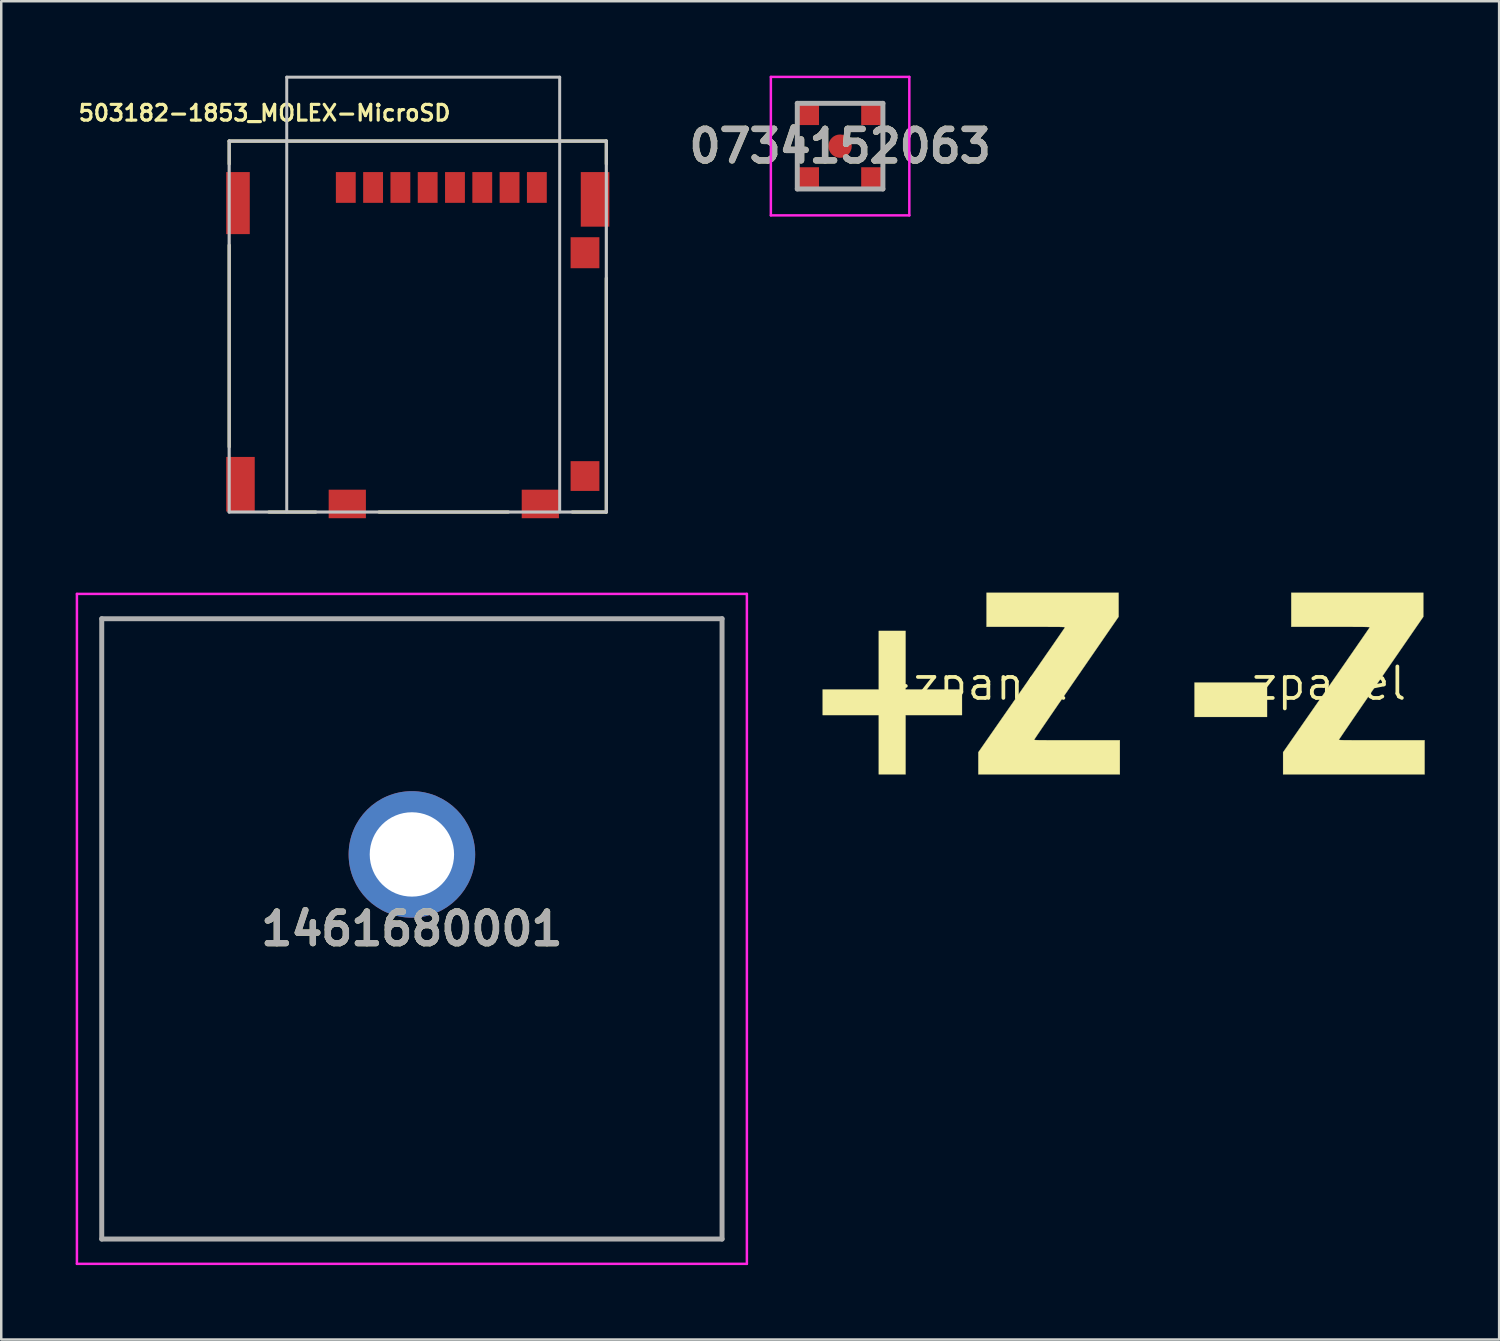
<source format=kicad_pcb>
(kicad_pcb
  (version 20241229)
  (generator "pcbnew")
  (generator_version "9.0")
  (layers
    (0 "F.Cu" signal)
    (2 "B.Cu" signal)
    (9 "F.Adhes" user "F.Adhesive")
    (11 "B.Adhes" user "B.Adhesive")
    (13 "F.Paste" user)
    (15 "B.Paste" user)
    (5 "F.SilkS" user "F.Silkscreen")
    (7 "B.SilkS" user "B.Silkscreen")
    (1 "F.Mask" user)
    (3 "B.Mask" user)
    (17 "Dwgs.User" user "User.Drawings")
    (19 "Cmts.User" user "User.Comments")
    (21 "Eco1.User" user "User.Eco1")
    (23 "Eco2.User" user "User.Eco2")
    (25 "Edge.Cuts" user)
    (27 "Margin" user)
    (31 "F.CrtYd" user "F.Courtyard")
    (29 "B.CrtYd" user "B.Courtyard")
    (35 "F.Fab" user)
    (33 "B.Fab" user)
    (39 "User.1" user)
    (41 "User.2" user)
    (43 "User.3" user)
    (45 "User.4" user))
  (footprint "503182-1853_MOLEX-MicroSD"
    (layer "F.Cu")
    (at 13.786 10.11)
    (property "Reference" "503182-1853_MOLEX-MicroSD" (at -6.175 -8.607 0) (layer "F.SilkS") (effects (font (size 0.635 0.635) (thickness 0.127))))
    (attr smd)
    (fp_line (start -7.6 -7.475) (end 7.6 -7.475) (stroke (width 0.127) (type solid)) (layer "F.SilkS"))
    (fp_line (start -7.6 -6.55) (end -7.6 -7.475) (stroke (width 0.127) (type solid)) (layer "F.SilkS"))
    (fp_line (start -7.6 -3.28) (end -7.6 4.85) (stroke (width 0.127) (type solid)) (layer "F.SilkS"))
    (fp_line (start -6 7.475) (end -4.11 7.475) (stroke (width 0.127) (type solid)) (layer "F.SilkS"))
    (fp_line (start -1.56 7.475) (end 3.65 7.475) (stroke (width 0.127) (type solid)) (layer "F.SilkS"))
    (fp_line (start 7.6 -7.475) (end 7.6 -6.55) (stroke (width 0.127) (type solid)) (layer "F.SilkS"))
    (fp_line (start 7.6 -1.95) (end 7.6 7.475) (stroke (width 0.127) (type solid)) (layer "F.SilkS"))
    (fp_line (start 7.6 7.475) (end 6.23 7.475) (stroke (width 0.127) (type solid)) (layer "F.SilkS"))
    (fp_line (start -7.6 -7.475) (end 7.6 -7.475) (stroke (width 0.127) (type solid)) (layer "Dwgs.User"))
    (fp_line (start -7.6 7.475) (end -7.6 -7.475) (stroke (width 0.127) (type solid)) (layer "Dwgs.User"))
    (fp_line (start -5.28 -10.05) (end 5.72 -10.05) (stroke (width 0.12) (type solid)) (layer "Dwgs.User"))
    (fp_line (start -5.28 7.47) (end -5.28 -10.05) (stroke (width 0.12) (type solid)) (layer "Dwgs.User"))
    (fp_line (start 5.72 7.47) (end 5.72 -10.05) (stroke (width 0.12) (type solid)) (layer "Dwgs.User"))
    (fp_line (start 7.6 -7.475) (end 7.6 7.475) (stroke (width 0.127) (type solid)) (layer "Dwgs.User"))
    (fp_line (start 7.6 7.475) (end -7.6 7.475) (stroke (width 0.127) (type solid)) (layer "Dwgs.User"))
    (pad "1" smd rect (at -2.9 -5.605 90) (size 1.24 0.8) (layers "F.Cu" "F.Mask" "F.Paste"))
    (pad "2" smd rect (at -1.8 -5.605 90) (size 1.24 0.8) (layers "F.Cu" "F.Mask" "F.Paste"))
    (pad "3" smd rect (at -0.7 -5.605 90) (size 1.24 0.8) (layers "F.Cu" "F.Mask" "F.Paste"))
    (pad "4" smd rect (at 0.4 -5.605 90) (size 1.24 0.8) (layers "F.Cu" "F.Mask" "F.Paste"))
    (pad "5" smd rect (at 1.5 -5.605 90) (size 1.24 0.8) (layers "F.Cu" "F.Mask" "F.Paste"))
    (pad "6" smd rect (at 2.6 -5.605 90) (size 1.24 0.8) (layers "F.Cu" "F.Mask" "F.Paste"))
    (pad "7" smd rect (at 3.7 -5.605 90) (size 1.24 0.8) (layers "F.Cu" "F.Mask" "F.Paste"))
    (pad "8" smd rect (at 4.8 -5.605 90) (size 1.24 0.8) (layers "F.Cu" "F.Mask" "F.Paste"))
    (pad "DET_T" smd rect (at 6.74 6.025 90) (size 1.2 1.16) (layers "F.Cu" "F.Mask" "F.Paste"))
    (pad "SH1" smd rect (at -7.245 -4.975 90) (size 2.5 0.95) (layers "F.Cu" "F.Mask" "F.Paste"))
    (pad "SH2" smd rect (at 7.145 -5.125 90) (size 2.2 1.15) (layers "F.Cu" "F.Mask" "F.Paste"))
    (pad "SH3" smd rect (at 4.94 7.15 180) (size 1.5 1.15) (layers "F.Cu" "F.Mask" "F.Paste"))
    (pad "SH4" smd rect (at -2.84 7.15 180) (size 1.5 1.15) (layers "F.Cu" "F.Mask" "F.Paste"))
    (pad "SH5" smd rect (at -7.145 6.355 90) (size 2.2 1.15) (layers "F.Cu" "F.Mask" "F.Paste"))
    (pad "SW_T" smd rect (at 6.74 -2.975 90) (size 1.25 1.16) (layers "F.Cu" "F.Mask" "F.Paste")))
  (footprint "+zpanel"
    (layer "F.Cu")
    (at 36.087 24.498)
    (property "Reference" "+zpanel" (at 0 0 0) (layer "F.SilkS") (effects (font (size 1.27 1.27) (thickness 0.15))))
    (attr through_hole)
    (fp_poly (pts (xy -2.642 0.241) (xy -0.368 0.241) (xy -0.368 1.27) (xy -2.642 1.27) (xy -2.642 3.658) (xy -3.721 3.658) (xy -3.721 1.27) (xy -5.982 1.27) (xy -5.982 0.241) (xy -3.721 0.241) (xy -3.721 -2.121) (xy -2.642 -2.121) (xy -2.642 0.241)) (stroke (width 0.01) (type solid)) (fill yes) (layer "F.SilkS"))
    (fp_poly (pts (xy 5.944 -2.693) (xy 4.242 -0.223) (xy 4.086 0.003) (xy 3.934 0.223) (xy 3.787 0.438) (xy 3.645 0.645) (xy 3.508 0.843) (xy 3.378 1.033) (xy 3.255 1.213) (xy 3.139 1.382) (xy 3.032 1.539) (xy 2.933 1.683) (xy 2.844 1.813) (xy 2.766 1.929) (xy 2.697 2.029) (xy 2.641 2.113) (xy 2.596 2.18) (xy 2.564 2.228) (xy 2.545 2.257) (xy 2.54 2.266) (xy 2.542 2.269) (xy 2.548 2.272) (xy 2.56 2.274) (xy 2.578 2.276) (xy 2.605 2.278) (xy 2.641 2.279) (xy 2.687 2.281) (xy 2.746 2.282) (xy 2.817 2.283) (xy 2.903 2.284) (xy 3.003 2.284) (xy 3.121 2.285) (xy 3.257 2.285) (xy 3.411 2.286) (xy 3.586 2.286) (xy 3.783 2.286) (xy 4.003 2.286) (xy 4.246 2.286) (xy 4.267 2.286) (xy 5.994 2.286) (xy 5.994 3.658) (xy 0.292 3.658) (xy 0.292 2.769) (xy 2.034 0.264) (xy 2.192 0.037) (xy 2.346 -0.185) (xy 2.496 -0.401) (xy 2.641 -0.609) (xy 2.78 -0.81) (xy 2.912 -1.001) (xy 3.038 -1.183) (xy 3.156 -1.353) (xy 3.266 -1.512) (xy 3.367 -1.658) (xy 3.459 -1.791) (xy 3.54 -1.909) (xy 3.611 -2.012) (xy 3.67 -2.099) (xy 3.718 -2.168) (xy 3.753 -2.219) (xy 3.774 -2.251) (xy 3.782 -2.264) (xy 3.782 -2.267) (xy 3.779 -2.27) (xy 3.772 -2.272) (xy 3.76 -2.275) (xy 3.741 -2.277) (xy 3.715 -2.279) (xy 3.679 -2.28) (xy 3.632 -2.281) (xy 3.574 -2.283) (xy 3.503 -2.284) (xy 3.417 -2.284) (xy 3.315 -2.285) (xy 3.196 -2.285) (xy 3.059 -2.286) (xy 2.903 -2.286) (xy 2.725 -2.286) (xy 2.525 -2.286) (xy 2.301 -2.286) (xy 2.205 -2.286) (xy 0.622 -2.286) (xy 0.622 -3.658) (xy 5.944 -3.658) (xy 5.944 -2.693)) (stroke (width 0.01) (type solid)) (fill yes) (layer "F.SilkS")))
  (footprint "-zpanel"
    (layer "F.Cu")
    (at 49.727 24.498)
    (property "Reference" "-zpanel" (at 0 0 0) (layer "F.SilkS") (effects (font (size 1.27 1.27) (thickness 0.15))))
    (attr through_hole)
    (fp_poly (pts (xy -1.714 1.346) (xy -4.636 1.346) (xy -4.636 -0.038) (xy -1.714 -0.038) (xy -1.714 1.346)) (stroke (width 0.01) (type solid)) (fill yes) (layer "F.SilkS"))
    (fp_poly (pts (xy 4.585 -2.693) (xy 2.883 -0.223) (xy 2.727 0.003) (xy 2.575 0.224) (xy 2.428 0.438) (xy 2.286 0.645) (xy 2.149 0.844) (xy 2.019 1.033) (xy 1.896 1.213) (xy 1.78 1.382) (xy 1.673 1.539) (xy 1.575 1.683) (xy 1.486 1.814) (xy 1.407 1.929) (xy 1.339 2.03) (xy 1.282 2.114) (xy 1.237 2.18) (xy 1.205 2.229) (xy 1.186 2.258) (xy 1.181 2.266) (xy 1.183 2.269) (xy 1.189 2.272) (xy 1.202 2.274) (xy 1.221 2.276) (xy 1.249 2.278) (xy 1.286 2.279) (xy 1.334 2.281) (xy 1.394 2.282) (xy 1.467 2.283) (xy 1.554 2.284) (xy 1.657 2.284) (xy 1.777 2.285) (xy 1.916 2.285) (xy 2.073 2.286) (xy 2.251 2.286) (xy 2.451 2.286) (xy 2.673 2.286) (xy 2.908 2.286) (xy 4.636 2.286) (xy 4.636 3.658) (xy -1.067 3.658) (xy -1.067 2.77) (xy 0.675 0.265) (xy 0.833 0.037) (xy 0.987 -0.185) (xy 1.137 -0.4) (xy 1.282 -0.609) (xy 1.421 -0.809) (xy 1.553 -1.001) (xy 1.679 -1.182) (xy 1.797 -1.353) (xy 1.907 -1.512) (xy 2.008 -1.658) (xy 2.1 -1.791) (xy 2.181 -1.909) (xy 2.252 -2.012) (xy 2.311 -2.098) (xy 2.359 -2.168) (xy 2.394 -2.219) (xy 2.415 -2.251) (xy 2.423 -2.263) (xy 2.423 -2.267) (xy 2.42 -2.27) (xy 2.414 -2.272) (xy 2.402 -2.275) (xy 2.383 -2.277) (xy 2.357 -2.279) (xy 2.321 -2.28) (xy 2.276 -2.281) (xy 2.218 -2.283) (xy 2.147 -2.283) (xy 2.062 -2.284) (xy 1.961 -2.285) (xy 1.843 -2.285) (xy 1.707 -2.286) (xy 1.551 -2.286) (xy 1.374 -2.286) (xy 1.175 -2.286) (xy 0.953 -2.286) (xy 0.846 -2.286) (xy -0.737 -2.286) (xy -0.737 -3.658) (xy 4.585 -3.658) (xy 4.585 -2.693)) (stroke (width 0.01) (type solid)) (fill yes) (layer "F.SilkS")))
  (footprint "0734152063"
    (layer "F.Cu")
    (at 30.807 2.84)
    (property "Reference" "0734152063" (at 0 0 0) (layer "F.SilkS") (effects (font (size 1.27 1.27) (thickness 0.254))))
    (attr smd)
    (fp_line (start -1.725 -0.5) (end -1.725 0.5) (stroke (width 0.1) (type solid)) (layer "F.SilkS"))
    (fp_line (start -0.5 -1.725) (end 0.5 -1.725) (stroke (width 0.1) (type solid)) (layer "F.SilkS"))
    (fp_line (start -0.5 1.725) (end 0.5 1.725) (stroke (width 0.1) (type solid)) (layer "F.SilkS"))
    (fp_line (start 1.725 -0.5) (end 1.725 0.5) (stroke (width 0.1) (type solid)) (layer "F.SilkS"))
    (fp_line (start -2.79 -2.79) (end 2.79 -2.79) (stroke (width 0.1) (type solid)) (layer "F.CrtYd"))
    (fp_line (start -2.79 2.79) (end -2.79 -2.79) (stroke (width 0.1) (type solid)) (layer "F.CrtYd"))
    (fp_line (start 2.79 -2.79) (end 2.79 2.79) (stroke (width 0.1) (type solid)) (layer "F.CrtYd"))
    (fp_line (start 2.79 2.79) (end -2.79 2.79) (stroke (width 0.1) (type solid)) (layer "F.CrtYd"))
    (fp_line (start -1.725 -1.725) (end 1.725 -1.725) (stroke (width 0.2) (type solid)) (layer "F.Fab"))
    (fp_line (start -1.725 1.725) (end -1.725 -1.725) (stroke (width 0.2) (type solid)) (layer "F.Fab"))
    (fp_line (start 1.725 -1.725) (end 1.725 1.725) (stroke (width 0.2) (type solid)) (layer "F.Fab"))
    (fp_line (start 1.725 1.725) (end -1.725 1.725) (stroke (width 0.2) (type solid)) (layer "F.Fab"))
    (fp_text user "${REFERENCE}" (at 0 0 0) (layer "F.Fab") (effects (font (size 1.27 1.27) (thickness 0.254))))
    (pad "1" smd circle (at 0 0 90) (size 0.94 0.94) (layers "F.Cu" "F.Mask" "F.Paste"))
    (pad "2" smd rect (at -1.32 -1.32 90) (size 0.94 0.94) (layers "F.Cu" "F.Mask" "F.Paste"))
    (pad "3" smd rect (at -1.32 1.32 90) (size 0.94 0.94) (layers "F.Cu" "F.Mask" "F.Paste"))
    (pad "4" smd rect (at 1.32 1.32 90) (size 0.94 0.94) (layers "F.Cu" "F.Mask" "F.Paste"))
    (pad "5" smd rect (at 1.32 -1.32 90) (size 0.94 0.94) (layers "F.Cu" "F.Mask" "F.Paste")))
  (footprint "1461680001"
    (layer "F.Cu")
    (at 13.55 31.385)
    (property "Reference" "1461680001" (at 0 3 0) (layer "F.SilkS") (effects (font (size 1.27 1.27) (thickness 0.254))))
    (attr through_hole)
    (fp_line (start -12.5 -9.5) (end 12.5 -9.5) (stroke (width 0.1) (type solid)) (layer "F.SilkS"))
    (fp_line (start -12.5 15.5) (end -12.5 -9.5) (stroke (width 0.1) (type solid)) (layer "F.SilkS"))
    (fp_line (start 12.5 -9.5) (end 12.5 15.5) (stroke (width 0.1) (type solid)) (layer "F.SilkS"))
    (fp_line (start 12.5 15.5) (end -12.5 15.5) (stroke (width 0.1) (type solid)) (layer "F.SilkS"))
    (fp_line (start -13.5 -10.5) (end 13.5 -10.5) (stroke (width 0.1) (type solid)) (layer "F.CrtYd"))
    (fp_line (start -13.5 16.5) (end -13.5 -10.5) (stroke (width 0.1) (type solid)) (layer "F.CrtYd"))
    (fp_line (start 13.5 -10.5) (end 13.5 16.5) (stroke (width 0.1) (type solid)) (layer "F.CrtYd"))
    (fp_line (start 13.5 16.5) (end -13.5 16.5) (stroke (width 0.1) (type solid)) (layer "F.CrtYd"))
    (fp_line (start -12.5 -9.5) (end 12.5 -9.5) (stroke (width 0.2) (type solid)) (layer "F.Fab"))
    (fp_line (start -12.5 15.5) (end -12.5 -9.5) (stroke (width 0.2) (type solid)) (layer "F.Fab"))
    (fp_line (start 12.5 -9.5) (end 12.5 15.5) (stroke (width 0.2) (type solid)) (layer "F.Fab"))
    (fp_line (start 12.5 15.5) (end -12.5 15.5) (stroke (width 0.2) (type solid)) (layer "F.Fab"))
    (fp_text user "${REFERENCE}" (at 0 3 0) (layer "F.Fab") (effects (font (size 1.27 1.27) (thickness 0.254))))
    (pad "1" thru_hole circle (at 0 0) (size 5.1 5.1) (drill 3.4) (layers "*.Cu" "*.Mask")))
  (gr_rect
    (start -3 -3)
    (end 57.367 50.935)
    (stroke (width 0.1) (type default))
    (fill no)
    (layer "Edge.Cuts")))
</source>
